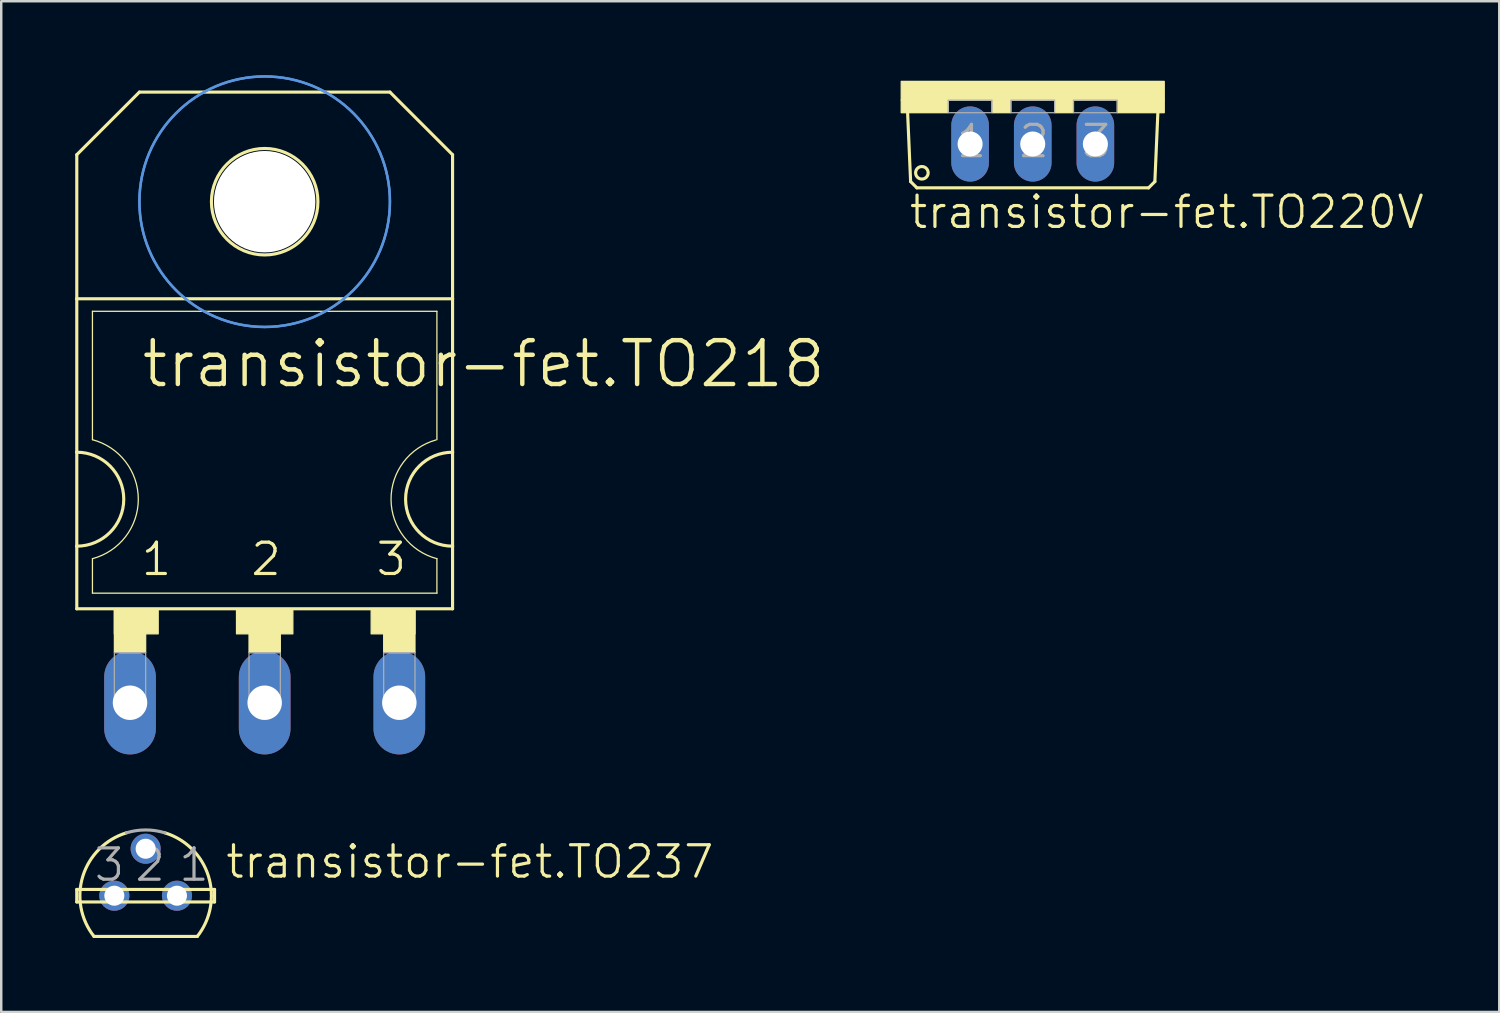
<source format=kicad_pcb>
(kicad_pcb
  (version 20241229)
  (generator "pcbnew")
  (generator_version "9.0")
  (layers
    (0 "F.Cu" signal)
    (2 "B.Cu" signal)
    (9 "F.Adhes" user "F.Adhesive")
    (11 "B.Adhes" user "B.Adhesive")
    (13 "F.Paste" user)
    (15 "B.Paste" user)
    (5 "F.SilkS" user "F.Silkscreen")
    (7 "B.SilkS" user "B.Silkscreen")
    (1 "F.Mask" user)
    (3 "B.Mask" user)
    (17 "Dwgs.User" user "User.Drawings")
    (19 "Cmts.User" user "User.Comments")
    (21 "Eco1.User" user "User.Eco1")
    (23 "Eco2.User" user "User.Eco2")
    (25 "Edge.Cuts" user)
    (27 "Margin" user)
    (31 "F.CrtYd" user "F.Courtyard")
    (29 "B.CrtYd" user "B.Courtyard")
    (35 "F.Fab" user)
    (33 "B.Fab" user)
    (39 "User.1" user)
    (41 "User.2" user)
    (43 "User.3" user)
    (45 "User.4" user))
  (footprint "transistor-fet.TO220V"
    (layer "F.Cu")
    (at 38.833 0.25)
    (property "Reference" "transistor-fet.TO220V" (at -5.08 6.045 0) (layer "F.SilkS") (effects (font (size 1.27 1.27) (thickness 0.13)) (justify left bottom)))
    (attr through_hole)
    (fp_line (start -4.953 4.064) (end -5.08 1.143) (stroke (width 0.127) (type default)) (layer "F.SilkS"))
    (fp_line (start -4.953 4.064) (end -4.699 4.318) (stroke (width 0.127) (type default)) (layer "F.SilkS"))
    (fp_line (start 4.699 4.318) (end -4.699 4.318) (stroke (width 0.127) (type default)) (layer "F.SilkS"))
    (fp_line (start 4.699 4.318) (end 4.953 4.064) (stroke (width 0.127) (type default)) (layer "F.SilkS"))
    (fp_line (start 5.08 1.143) (end 4.953 4.064) (stroke (width 0.127) (type default)) (layer "F.SilkS"))
    (fp_rect (start -5.334 0.762) (end 5.334 0) (stroke (width 0.05) (type default)) (fill yes) (layer "F.SilkS"))
    (fp_rect (start -5.334 1.27) (end -3.429 0.762) (stroke (width 0.05) (type default)) (fill yes) (layer "F.SilkS"))
    (fp_rect (start -1.651 1.27) (end -0.889 0.762) (stroke (width 0.05) (type default)) (fill yes) (layer "F.SilkS"))
    (fp_rect (start 0.889 1.27) (end 1.651 0.762) (stroke (width 0.05) (type default)) (fill yes) (layer "F.SilkS"))
    (fp_rect (start 3.429 1.27) (end 5.334 0.762) (stroke (width 0.05) (type default)) (fill yes) (layer "F.SilkS"))
    (fp_circle (center -4.496 3.708) (end -4.242 3.708) (stroke (width 0.127) (type default)) (fill no) (layer "F.SilkS"))
    (fp_rect (start -3.429 1.27) (end -1.651 0.762) (stroke (width 0.05) (type default)) (fill no) (layer "F.Fab"))
    (fp_rect (start -0.889 1.27) (end 0.889 0.762) (stroke (width 0.05) (type default)) (fill no) (layer "F.Fab"))
    (fp_rect (start 1.651 1.27) (end 3.429 0.762) (stroke (width 0.05) (type default)) (fill no) (layer "F.Fab"))
    (fp_text user "2" (at -0.635 3.175 0) (layer "F.Fab") (effects (font (size 1.27 1.27) (thickness 0.13)) (justify left bottom)))
    (fp_text user "1" (at -3.175 3.175 0) (layer "F.Fab") (effects (font (size 1.27 1.27) (thickness 0.13)) (justify left bottom)))
    (fp_text user "3" (at 1.905 3.175 0) (layer "F.Fab") (effects (font (size 1.27 1.27) (thickness 0.13)) (justify left bottom)))
    (pad "1" thru_hole oval (at -2.54 2.54 90) (size 3.048 1.524) (drill 1.016) (layers "*.Cu" "*.Mask"))
    (pad "2" thru_hole oval (at 0 2.54 90) (size 3.048 1.524) (drill 1.016) (layers "*.Cu" "*.Mask"))
    (pad "3" thru_hole oval (at 2.54 2.54 90) (size 3.048 1.524) (drill 1.016) (layers "*.Cu" "*.Mask")))
  (footprint "transistor-fet.TO218"
    (layer "F.Cu")
    (at 7.684 15.29)
    (property "Reference" "transistor-fet.TO218" (at -5.08 -2.54 0) (layer "F.SilkS") (effects (font (size 1.778 1.778) (thickness 0.18)) (justify left bottom)))
    (attr through_hole)
    (fp_line (start -7.62 -12.065) (end -7.62 -6.223) (stroke (width 0.127) (type default)) (layer "F.SilkS"))
    (fp_line (start -7.62 -12.065) (end -5.08 -14.605) (stroke (width 0.127) (type default)) (layer "F.SilkS"))
    (fp_line (start -7.62 0) (end -7.62 -6.223) (stroke (width 0.127) (type default)) (layer "F.SilkS"))
    (fp_line (start -7.62 3.81) (end -7.62 0) (stroke (width 0.127) (type default)) (layer "F.SilkS"))
    (fp_line (start -7.62 6.35) (end -7.62 3.81) (stroke (width 0.127) (type default)) (layer "F.SilkS"))
    (fp_line (start -7.62 6.35) (end 7.62 6.35) (stroke (width 0.127) (type default)) (layer "F.SilkS"))
    (fp_line (start -6.985 -0.508) (end -6.985 -5.715) (stroke (width 0.051) (type default)) (layer "F.SilkS"))
    (fp_line (start -6.985 5.715) (end -6.985 4.318) (stroke (width 0.051) (type default)) (layer "F.SilkS"))
    (fp_line (start -6.985 5.715) (end 6.985 5.715) (stroke (width 0.051) (type default)) (layer "F.SilkS"))
    (fp_line (start 5.08 -14.605) (end -5.08 -14.605) (stroke (width 0.127) (type default)) (layer "F.SilkS"))
    (fp_line (start 6.985 -5.715) (end -6.985 -5.715) (stroke (width 0.051) (type default)) (layer "F.SilkS"))
    (fp_line (start 6.985 -0.508) (end 6.985 -5.715) (stroke (width 0.051) (type default)) (layer "F.SilkS"))
    (fp_line (start 6.985 5.715) (end 6.985 4.318) (stroke (width 0.051) (type default)) (layer "F.SilkS"))
    (fp_line (start 7.62 -12.065) (end 5.08 -14.605) (stroke (width 0.127) (type default)) (layer "F.SilkS"))
    (fp_line (start 7.62 -12.065) (end 7.62 -6.223) (stroke (width 0.127) (type default)) (layer "F.SilkS"))
    (fp_line (start 7.62 -6.223) (end -7.62 -6.223) (stroke (width 0.127) (type default)) (layer "F.SilkS"))
    (fp_line (start 7.62 -6.223) (end 7.62 0) (stroke (width 0.127) (type default)) (layer "F.SilkS"))
    (fp_line (start 7.62 0) (end 7.62 3.81) (stroke (width 0.127) (type default)) (layer "F.SilkS"))
    (fp_line (start 7.62 3.81) (end 7.62 6.35) (stroke (width 0.127) (type default)) (layer "F.SilkS"))
    (fp_rect (start -6.096 7.366) (end -4.318 6.35) (stroke (width 0.05) (type default)) (fill yes) (layer "F.SilkS"))
    (fp_rect (start -6.096 8.128) (end -4.826 6.35) (stroke (width 0.05) (type default)) (fill yes) (layer "F.SilkS"))
    (fp_rect (start -1.143 7.366) (end 1.143 6.35) (stroke (width 0.05) (type default)) (fill yes) (layer "F.SilkS"))
    (fp_rect (start -0.635 8.128) (end 0.635 6.35) (stroke (width 0.05) (type default)) (fill yes) (layer "F.SilkS"))
    (fp_rect (start 4.318 7.366) (end 6.096 6.35) (stroke (width 0.05) (type default)) (fill yes) (layer "F.SilkS"))
    (fp_rect (start 4.826 8.128) (end 6.096 6.35) (stroke (width 0.05) (type default)) (fill yes) (layer "F.SilkS"))
    (fp_arc (start -7.62 0) (mid -5.715 1.905) (end -7.62 3.81) (stroke (width 0.127) (type default)) (layer "F.SilkS"))
    (fp_arc (start -6.985 -0.508) (mid -5.124844 1.905) (end -6.985 4.318) (stroke (width 0.0508) (type default)) (layer "F.SilkS"))
    (fp_arc (start 6.9851 4.3178) (mid 5.125035 1.921942) (end 6.9522 -0.4991) (stroke (width 0.0508) (type default)) (layer "F.SilkS"))
    (fp_arc (start 7.62 3.81) (mid 5.715 1.905) (end 7.62 0) (stroke (width 0.127) (type default)) (layer "F.SilkS"))
    (fp_circle (center 0 -10.16) (end 2.159 -10.16) (stroke (width 0.127) (type default)) (fill no) (layer "F.SilkS"))
    (fp_circle (center 0 -10.16) (end 5.08 -10.16) (stroke (width 0.1) (type default)) (fill no) (layer "Cmts.User"))
    (fp_circle (center 0 -10.16) (end 5.08 -10.16) (stroke (width 0.1) (type default)) (fill no) (layer "Cmts.User"))
    (fp_rect (start -6.096 10.287) (end -4.826 8.128) (stroke (width 0.05) (type default)) (fill no) (layer "F.Fab"))
    (fp_rect (start -0.635 10.287) (end 0.635 8.128) (stroke (width 0.05) (type default)) (fill no) (layer "F.Fab"))
    (fp_rect (start 4.826 10.287) (end 6.096 8.128) (stroke (width 0.05) (type default)) (fill no) (layer "F.Fab"))
    (fp_text user "1" (at -5.08 5.08 0) (layer "F.SilkS") (effects (font (size 1.27 1.27) (thickness 0.13)) (justify left bottom)))
    (fp_text user "3" (at 4.445 5.08 0) (layer "F.SilkS") (effects (font (size 1.27 1.27) (thickness 0.13)) (justify left bottom)))
    (fp_text user "2" (at -0.635 5.08 0) (layer "F.SilkS") (effects (font (size 1.27 1.27) (thickness 0.13)) (justify left bottom)))
    (pad "" np_thru_hole circle (at 0 -10.16) (size 4.115 4.115) (drill 4.115) (layers "*.Cu" "*.Mask"))
    (pad "1" thru_hole oval (at -5.461 10.16 90) (size 4.191 2.095) (drill 1.397) (layers "*.Cu" "*.Mask"))
    (pad "2" thru_hole oval (at 0 10.16 90) (size 4.191 2.095) (drill 1.397) (layers "*.Cu" "*.Mask"))
    (pad "3" thru_hole oval (at 5.461 10.16 90) (size 4.191 2.095) (drill 1.397) (layers "*.Cu" "*.Mask")))
  (footprint "transistor-fet.TO237"
    (layer "F.Cu")
    (at 2.857 33.276)
    (property "Reference" "transistor-fet.TO237" (at 3.175 -0.635 0) (layer "F.SilkS") (effects (font (size 1.27 1.27) (thickness 0.13)) (justify left bottom)))
    (attr through_hole)
    (fp_line (start -2.794 -0.254) (end 2.794 -0.254) (stroke (width 0.127) (type default)) (layer "F.SilkS"))
    (fp_line (start -2.794 0.254) (end -2.794 -0.254) (stroke (width 0.127) (type default)) (layer "F.SilkS"))
    (fp_line (start -2.095 1.651) (end 2.095 1.651) (stroke (width 0.127) (type default)) (layer "F.SilkS"))
    (fp_line (start 2.794 -0.254) (end 2.794 0.254) (stroke (width 0.127) (type default)) (layer "F.SilkS"))
    (fp_line (start 2.794 0.254) (end -2.794 0.254) (stroke (width 0.127) (type default)) (layer "F.SilkS"))
    (fp_arc (start -2.0946 1.651) (mid -2.54634 -0.793276) (end -0.7863 -2.5485) (stroke (width 0.127) (type default)) (layer "F.SilkS"))
    (fp_arc (start 0.7863 -2.5484) (mid 2.546276 -0.793203) (end 2.0945 1.651) (stroke (width 0.127) (type default)) (layer "F.SilkS"))
    (fp_arc (start -0.7863 -2.5485) (mid 0 -2.667043) (end 0.7863 -2.5485) (stroke (width 0.127) (type default)) (layer "F.Fab"))
    (fp_text user "3" (at -2.159 -0.508 0) (layer "F.Fab") (effects (font (size 1.27 1.27) (thickness 0.13)) (justify left bottom)))
    (fp_text user "2" (at -0.508 -0.508 0) (layer "F.Fab") (effects (font (size 1.27 1.27) (thickness 0.13)) (justify left bottom)))
    (fp_text user "1" (at 1.27 -0.508 0) (layer "F.Fab") (effects (font (size 1.27 1.27) (thickness 0.13)) (justify left bottom)))
    (pad "1" thru_hole circle (at 1.27 0) (size 1.219 1.219) (drill 0.813) (layers "*.Cu" "*.Mask"))
    (pad "2" thru_hole circle (at 0 -1.905) (size 1.219 1.219) (drill 0.813) (layers "*.Cu" "*.Mask"))
    (pad "3" thru_hole circle (at -1.27 0) (size 1.219 1.219) (drill 0.813) (layers "*.Cu" "*.Mask")))
  (gr_rect
    (start -3 -3)
    (end 57.753 37.991)
    (stroke (width 0.1) (type default))
    (fill no)
    (layer "Edge.Cuts")))
</source>
